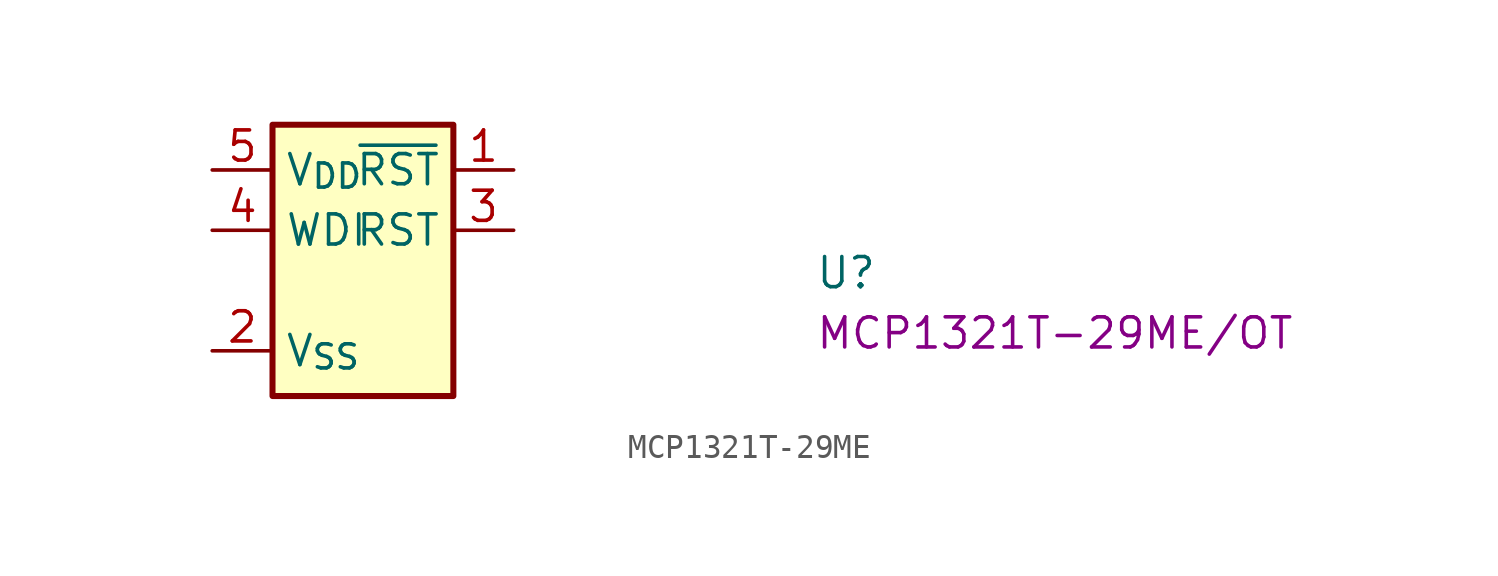
<source format=kicad_sym>
(kicad_symbol_lib
  (version 20220914)
  (generator kicad_symbol_editor)
  (symbol "MCP1321T-29ME"
    (pin_names)
    (property "Reference" "U"
      (at 25.4 -5.08 0)
      (effects (font (size 1.27 1.27) (thickness 0.15)) (justify left bottom)))
    (property "MPN" "MCP1321T-29ME/OT"
      (at 25.4 -7.62 0)
      (effects (font (size 1.27 1.27) (thickness 0.15)) (justify left bottom)))
    (symbol "MCP1321T-29ME_1_1"
      (rectangle (start 2.54 1.905) (end 10.16 -9.525) (stroke (width 0.254) (type default)) (fill (type background)))
      (pin open_collector line (at 12.7 0 180) (length 2.54) (name "~{RST}" (effects (font (size 1.27 1.27) (thickness 0.15)))) (number "1" (effects (font (size 1.27 1.27) (thickness 0.15)))))
      (pin power_in line (at 0 -7.62 0) (length 2.54) (name "V_{SS}" (effects (font (size 1.27 1.27) (thickness 0.15)))) (number "2" (effects (font (size 1.27 1.27) (thickness 0.15)))))
      (pin output line (at 12.7 -2.54 180) (length 2.54) (name "RST" (effects (font (size 1.27 1.27) (thickness 0.15)))) (number "3" (effects (font (size 1.27 1.27) (thickness 0.15)))))
      (pin input line (at 0 -2.54 0) (length 2.54) (name "WDI" (effects (font (size 1.27 1.27) (thickness 0.15)))) (number "4" (effects (font (size 1.27 1.27) (thickness 0.15)))))
      (pin power_in line (at 0 0 0) (length 2.54) (name "V_{DD}" (effects (font (size 1.27 1.27) (thickness 0.15)))) (number "5" (effects (font (size 1.27 1.27) (thickness 0.15))))))))
</source>
